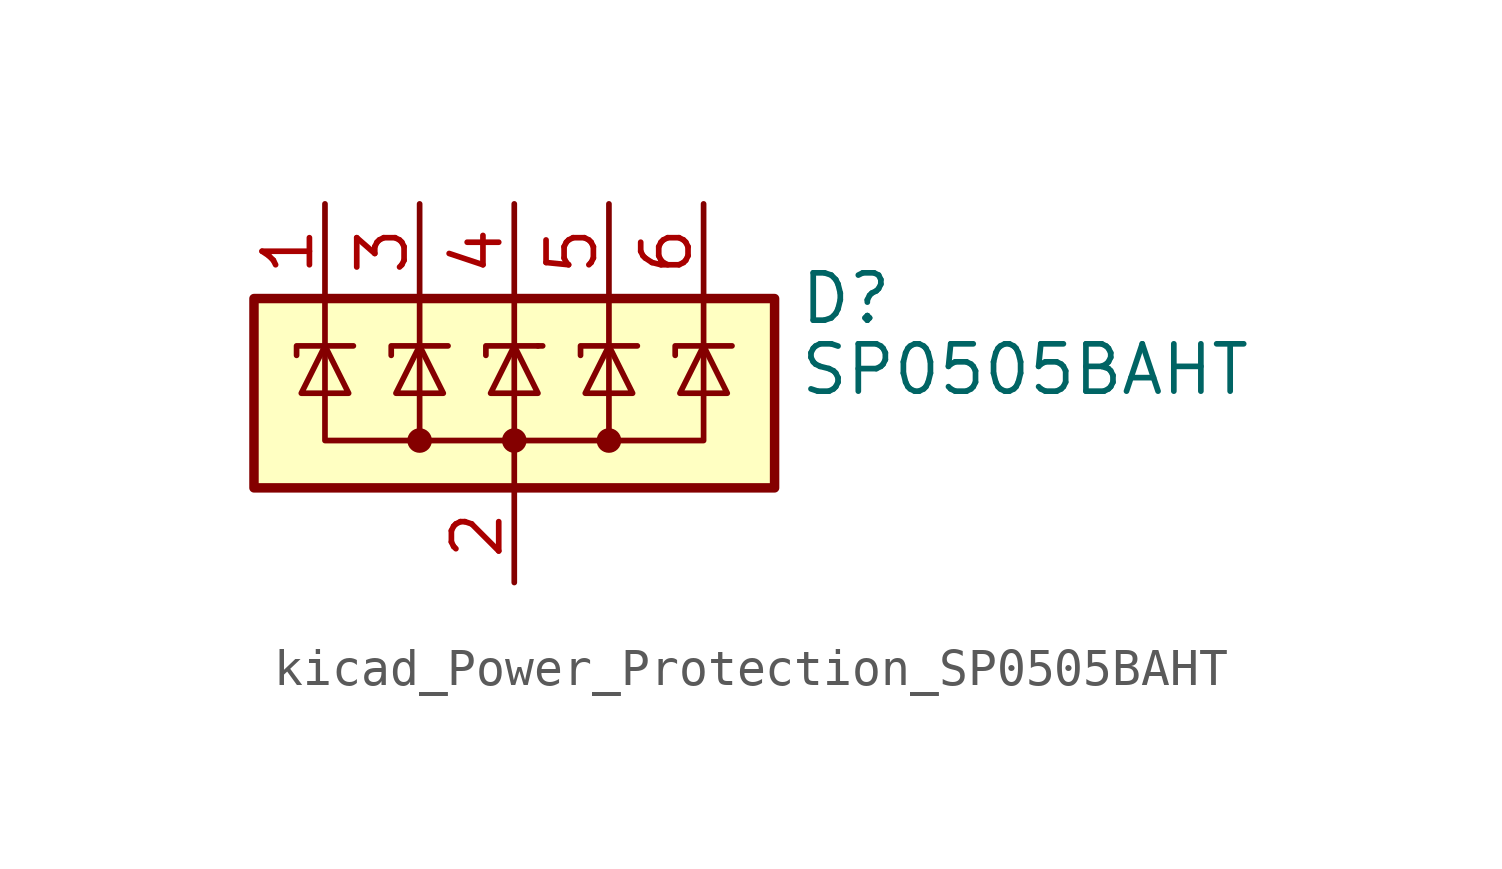
<source format=kicad_sym>
(kicad_symbol_lib
  (version 20220914)
  (generator kicad_symbol_editor)
  (symbol "kicad_Power_Protection_SP0505BAHT"
    (pin_names hide)
    (property "Reference" "D"
      (at 7.62 2.54 0)
      (effects (font (size 1.27 1.27)) (justify left)))
    (property "Value" "SP0505BAHT"
      (at 7.62 0.635 0)
      (effects (font (size 1.27 1.27)) (justify left)))
    (symbol "kicad_Power_Protection_SP0505BAHT_0_0"
      (pin passive line (at 0 -5.08 90) (length 2.54) (name "A" (effects (font (size 1.27 1.27)))) (number "2" (effects (font (size 1.27 1.27))))))
    (symbol "kicad_Power_Protection_SP0505BAHT_0_1"
      (rectangle (start -6.985 2.54) (end 6.985 -2.54) (stroke (width 0.254) (type default)) (fill (type background)))
      (circle (center -2.54 -1.27) (radius 0.254) (stroke (width 0) (type default)) (fill (type outline)))
      (circle (center 0 -1.27) (radius 0.254) (stroke (width 0) (type default)) (fill (type outline)))
      (polyline (pts (xy -5.08 2.54) (xy -5.08 1.27)) (stroke (width 0) (type default)) (fill (type none)))
      (polyline (pts (xy -2.54 2.54) (xy -2.54 1.27)) (stroke (width 0) (type default)) (fill (type none)))
      (polyline (pts (xy 0 -1.27) (xy 0 -2.54)) (stroke (width 0) (type default)) (fill (type none)))
      (polyline (pts (xy 0 -1.27) (xy 0 1.27)) (stroke (width 0) (type default)) (fill (type none)))
      (polyline (pts (xy 0 2.54) (xy 0 1.27)) (stroke (width 0) (type default)) (fill (type none)))
      (polyline (pts (xy 0.635 1.27) (xy 0.762 1.27)) (stroke (width 0) (type default)) (fill (type none)))
      (polyline (pts (xy 2.54 2.54) (xy 2.54 1.27)) (stroke (width 0) (type default)) (fill (type none)))
      (polyline (pts (xy 5.08 2.54) (xy 5.08 1.27)) (stroke (width 0) (type default)) (fill (type none)))
      (polyline (pts (xy -5.08 1.27) (xy -5.08 -1.27) (xy -2.54 -1.27)) (stroke (width 0) (type default)) (fill (type none)))
      (polyline (pts (xy 0.635 1.27) (xy -0.762 1.27) (xy -0.762 1.016)) (stroke (width 0) (type default)) (fill (type none)))
      (polyline (pts (xy 5.08 1.27) (xy 5.08 -1.27) (xy 2.54 -1.27)) (stroke (width 0) (type default)) (fill (type none)))
      (polyline (pts (xy -5.842 1.016) (xy -5.842 1.27) (xy -4.445 1.27) (xy -4.318 1.27)) (stroke (width 0) (type default)) (fill (type none)))
      (polyline (pts (xy -5.08 1.27) (xy -4.445 0) (xy -5.715 0) (xy -5.08 1.27)) (stroke (width 0) (type default)) (fill (type none)))
      (polyline (pts (xy -3.302 1.016) (xy -3.302 1.27) (xy -1.905 1.27) (xy -1.778 1.27)) (stroke (width 0) (type default)) (fill (type none)))
      (polyline (pts (xy -2.54 1.27) (xy -2.54 -1.27) (xy 2.54 -1.27) (xy 2.54 1.27)) (stroke (width 0) (type default)) (fill (type none)))
      (polyline (pts (xy -2.54 1.27) (xy -1.905 0) (xy -3.175 0) (xy -2.54 1.27)) (stroke (width 0) (type default)) (fill (type none)))
      (polyline (pts (xy 0.635 0) (xy -0.635 0) (xy 0 1.27) (xy 0.635 0)) (stroke (width 0) (type default)) (fill (type none)))
      (polyline (pts (xy 1.778 1.016) (xy 1.778 1.27) (xy 3.175 1.27) (xy 3.302 1.27)) (stroke (width 0) (type default)) (fill (type none)))
      (polyline (pts (xy 2.54 1.27) (xy 1.905 0) (xy 3.175 0) (xy 2.54 1.27)) (stroke (width 0) (type default)) (fill (type none)))
      (polyline (pts (xy 4.318 1.016) (xy 4.318 1.27) (xy 5.715 1.27) (xy 5.842 1.27)) (stroke (width 0) (type default)) (fill (type none)))
      (polyline (pts (xy 5.08 1.27) (xy 4.445 0) (xy 5.715 0) (xy 5.08 1.27)) (stroke (width 0) (type default)) (fill (type none)))
      (circle (center 2.54 -1.27) (radius 0.254) (stroke (width 0) (type default)) (fill (type outline))))
    (symbol "kicad_Power_Protection_SP0505BAHT_1_1"
      (pin passive line (at -5.08 5.08 270) (length 2.54) (name "K" (effects (font (size 1.27 1.27)))) (number "1" (effects (font (size 1.27 1.27)))))
      (pin passive line (at -2.54 5.08 270) (length 2.54) (name "K" (effects (font (size 1.27 1.27)))) (number "3" (effects (font (size 1.27 1.27)))))
      (pin passive line (at 0 5.08 270) (length 2.54) (name "K" (effects (font (size 1.27 1.27)))) (number "4" (effects (font (size 1.27 1.27)))))
      (pin passive line (at 2.54 5.08 270) (length 2.54) (name "K" (effects (font (size 1.27 1.27)))) (number "5" (effects (font (size 1.27 1.27)))))
      (pin passive line (at 5.08 5.08 270) (length 2.54) (name "K" (effects (font (size 1.27 1.27)))) (number "6" (effects (font (size 1.27 1.27))))))))
</source>
